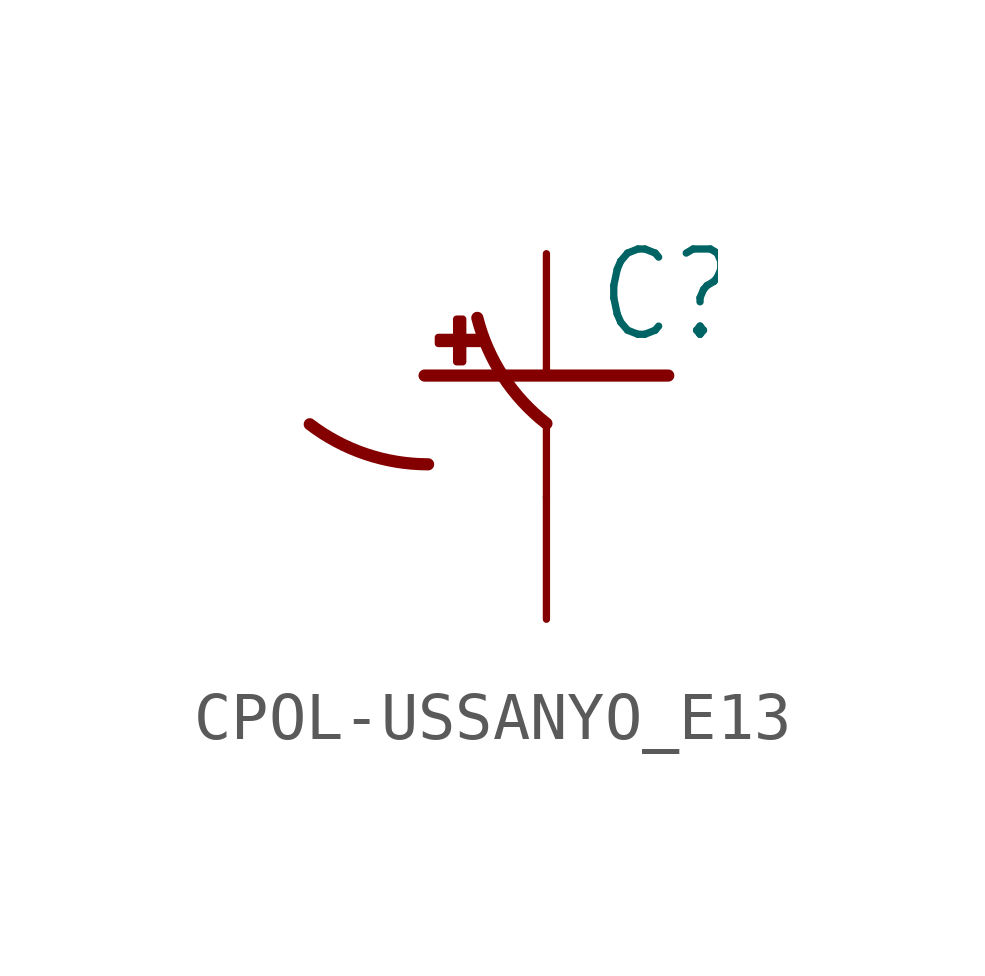
<source format=kicad_sym>
(kicad_symbol_lib
  (version 20241209)
  (generator "kicad_symbol_editor")
  (generator_version "9.0")
  (symbol "CPOL-USSANYO_E13"
    (property "Reference" "C"
      (at 1.016 0.635 0)
      (effects (font (size 1.778 1.511)) (justify left bottom)))
    (property "Value" ""
      (at 1.016 -4.191 0)
      (effects (font (size 1.778 1.511)) (justify left bottom)))
    (property "ki_locked" ""
      (at 0 0 0)
      (effects (font (size 1.27 1.27))))
    (symbol "CPOL-USSANYO_E13_1_0"
      (polyline (pts (xy -2.54 0) (xy 2.54 0)) (stroke (width 0.254) (type solid)) (fill (type none)))
      (arc (start -2.4669 -1.8504) (mid -3.7689 -1.6361) (end -4.9337 -1.0159) (stroke (width 0.254) (type solid)) (fill (type none)))
      (rectangle (start -2.253 0.668) (end -1.364 0.795) (stroke (width 0) (type default)) (fill (type outline)))
      (rectangle (start -1.872 0.287) (end -1.745 1.176) (stroke (width 0) (type default)) (fill (type outline)))
      (polyline (pts (xy 0 -1.016) (xy 0 -2.54)) (stroke (width 0.152) (type solid)) (fill (type none)))
      (arc (start 0 -1) (mid -0.9038 -0.0189) (end -1.4403 1.2025) (stroke (width 0.254) (type solid)) (fill (type none)))
      (pin passive line (at 0 2.54 270) (length 2.54) (name "+" (effects (font (size 0 0)))) (number "+" (effects (font (size 0 0)))))
      (pin passive line (at 0 -5.08 90) (length 2.54) (name "-" (effects (font (size 0 0)))) (number "-" (effects (font (size 0 0))))))))
</source>
